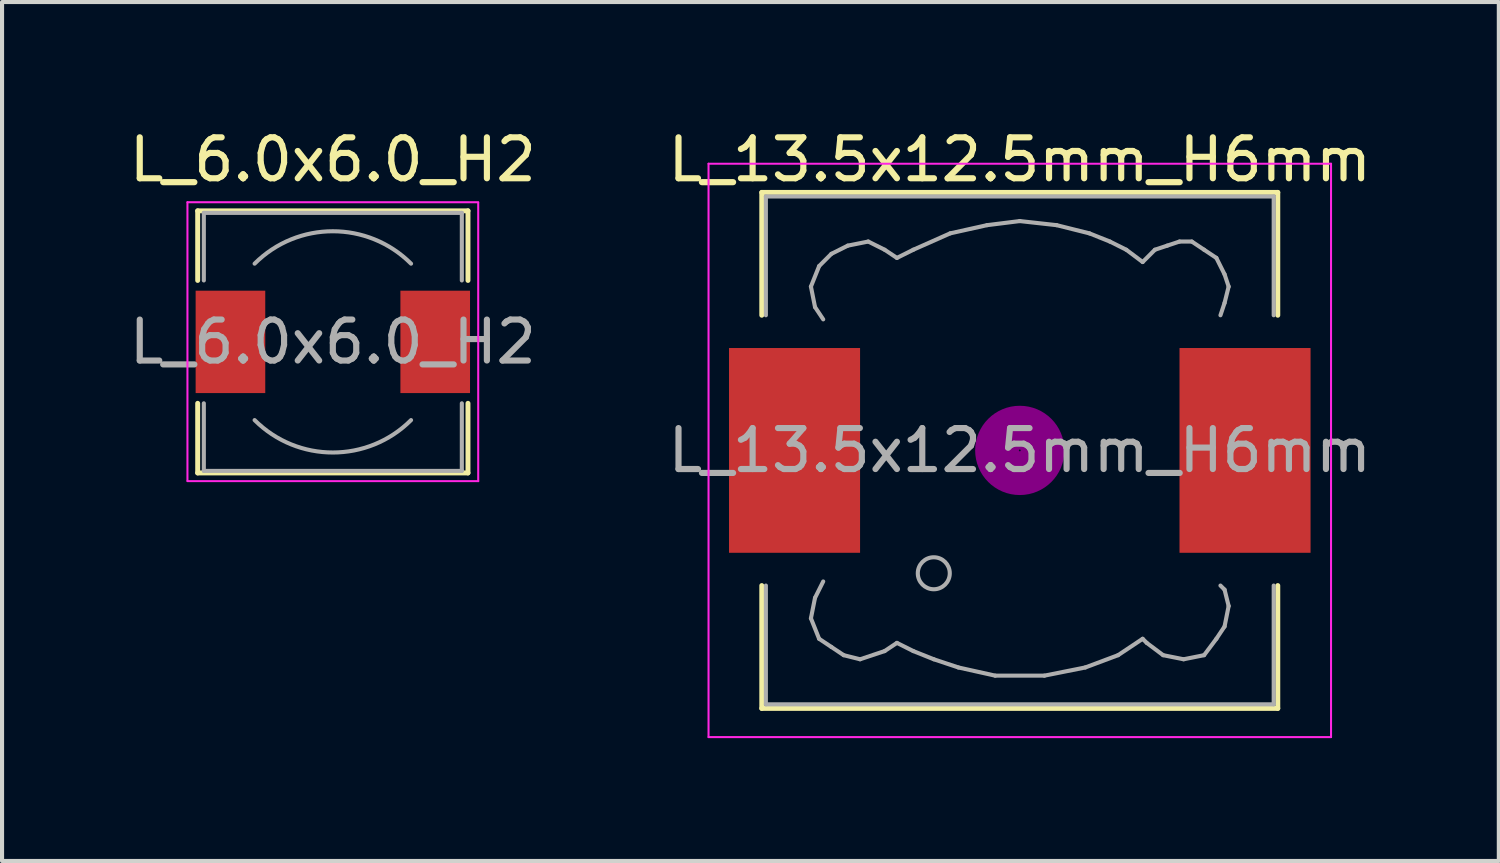
<source format=kicad_pcb>
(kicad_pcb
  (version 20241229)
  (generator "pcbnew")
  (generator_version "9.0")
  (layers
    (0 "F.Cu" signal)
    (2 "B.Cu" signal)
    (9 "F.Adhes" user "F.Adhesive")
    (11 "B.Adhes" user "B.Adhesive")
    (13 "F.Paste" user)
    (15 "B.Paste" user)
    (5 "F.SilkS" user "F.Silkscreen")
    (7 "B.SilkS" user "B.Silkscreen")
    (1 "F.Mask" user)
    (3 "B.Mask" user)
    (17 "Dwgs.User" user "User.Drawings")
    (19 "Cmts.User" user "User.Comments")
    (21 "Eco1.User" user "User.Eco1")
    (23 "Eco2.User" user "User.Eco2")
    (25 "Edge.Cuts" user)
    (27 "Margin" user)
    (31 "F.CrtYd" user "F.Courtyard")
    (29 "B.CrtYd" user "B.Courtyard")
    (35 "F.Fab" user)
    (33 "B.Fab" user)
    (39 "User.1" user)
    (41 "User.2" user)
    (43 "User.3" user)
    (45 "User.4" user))
  (footprint "L_6.0x6.0_H2"
    (layer "F.Cu")
    (at 5.077 5.298)
    (property "Reference" "L_6.0x6.0_H2" (at 0 -4.45 0) (layer "F.SilkS") (effects (font (size 1 1) (thickness 0.15))))
    (attr smd)
    (fp_line (start -3.3 -3.2) (end 3.3 -3.2) (stroke (width 0.12) (type solid)) (layer "F.SilkS"))
    (fp_line (start -3.3 -1.5) (end -3.3 -3.2) (stroke (width 0.12) (type solid)) (layer "F.SilkS"))
    (fp_line (start -3.3 3.2) (end -3.3 1.5) (stroke (width 0.12) (type solid)) (layer "F.SilkS"))
    (fp_line (start 3.3 -3.2) (end 3.3 -1.5) (stroke (width 0.12) (type solid)) (layer "F.SilkS"))
    (fp_line (start 3.3 1.5) (end 3.3 3.2) (stroke (width 0.12) (type solid)) (layer "F.SilkS"))
    (fp_line (start 3.3 3.2) (end -3.3 3.2) (stroke (width 0.12) (type solid)) (layer "F.SilkS"))
    (fp_line (start -3.55 -3.41) (end -3.55 3.39) (stroke (width 0.05) (type solid)) (layer "F.CrtYd"))
    (fp_line (start -3.55 3.4) (end 3.55 3.4) (stroke (width 0.05) (type solid)) (layer "F.CrtYd"))
    (fp_line (start 3.55 -3.41) (end -3.55 -3.41) (stroke (width 0.05) (type solid)) (layer "F.CrtYd"))
    (fp_line (start 3.55 3.4) (end 3.55 -3.4) (stroke (width 0.05) (type solid)) (layer "F.CrtYd"))
    (fp_line (start -3.15 -3.15) (end -3.15 -1.5) (stroke (width 0.1) (type solid)) (layer "F.Fab"))
    (fp_line (start -3.15 -3.15) (end 3.15 -3.15) (stroke (width 0.1) (type solid)) (layer "F.Fab"))
    (fp_line (start -3.15 3.15) (end -3.15 1.5) (stroke (width 0.1) (type solid)) (layer "F.Fab"))
    (fp_line (start -3.15 3.15) (end 3.15 3.15) (stroke (width 0.1) (type solid)) (layer "F.Fab"))
    (fp_line (start 3.15 -3.15) (end 3.15 -1.5) (stroke (width 0.1) (type solid)) (layer "F.Fab"))
    (fp_line (start 3.15 3.15) (end 3.15 1.5) (stroke (width 0.1) (type solid)) (layer "F.Fab"))
    (fp_arc (start -1.91 -1.91) (mid 0 -2.701148) (end 1.91 -1.91) (stroke (width 0.1) (type solid)) (layer "F.Fab"))
    (fp_arc (start 1.91 1.91) (mid 0 2.701148) (end -1.91 1.91) (stroke (width 0.1) (type solid)) (layer "F.Fab"))
    (fp_text user "${REFERENCE}" (at 0 0 0) (layer "F.Fab") (effects (font (size 1 1) (thickness 0.15))))
    (pad "1" smd rect (at -2.5 0) (size 1.7 2.5) (layers "F.Cu" "F.Mask" "F.Paste"))
    (pad "2" smd rect (at 2.5 0) (size 1.7 2.5) (layers "F.Cu" "F.Mask" "F.Paste")))
  (footprint "L_13.5x12.5mm_H6mm"
    (layer "F.Cu")
    (at 21.851 7.948)
    (property "Reference" "L_13.5x12.5mm_H6mm" (at 0 -7.1 0) (layer "F.SilkS") (effects (font (size 1 1) (thickness 0.15))))
    (attr smd)
    (fp_line (start -6.3 -6.3) (end 6.3 -6.3) (stroke (width 0.12) (type solid)) (layer "F.SilkS"))
    (fp_line (start -6.3 -3.3) (end -6.3 -6.3) (stroke (width 0.12) (type solid)) (layer "F.SilkS"))
    (fp_line (start -6.3 6.3) (end -6.3 3.3) (stroke (width 0.12) (type solid)) (layer "F.SilkS"))
    (fp_line (start 6.3 -6.3) (end 6.3 -3.3) (stroke (width 0.12) (type solid)) (layer "F.SilkS"))
    (fp_line (start 6.3 3.3) (end 6.3 6.3) (stroke (width 0.12) (type solid)) (layer "F.SilkS"))
    (fp_line (start 6.3 6.3) (end -6.3 6.3) (stroke (width 0.12) (type solid)) (layer "F.SilkS"))
    (fp_circle (center 0 0) (end 0.15 0.15) (stroke (width 0.38) (type solid)) (fill no) (layer "F.Adhes"))
    (fp_circle (center 0 0) (end 0.55 0) (stroke (width 0.38) (type solid)) (fill no) (layer "F.Adhes"))
    (fp_circle (center 0 0) (end 0.9 0) (stroke (width 0.38) (type solid)) (fill no) (layer "F.Adhes"))
    (fp_line (start -7.6 -7) (end 7.6 -7) (stroke (width 0.05) (type solid)) (layer "F.CrtYd"))
    (fp_line (start -7.6 7) (end -7.6 -7) (stroke (width 0.05) (type solid)) (layer "F.CrtYd"))
    (fp_line (start 7.6 -7) (end 7.6 7) (stroke (width 0.05) (type solid)) (layer "F.CrtYd"))
    (fp_line (start 7.6 7) (end -7.6 7) (stroke (width 0.05) (type solid)) (layer "F.CrtYd"))
    (fp_line (start -6.2 -6.2) (end -6.2 -3.3) (stroke (width 0.1) (type solid)) (layer "F.Fab"))
    (fp_line (start -6.2 3.3) (end -6.2 6.2) (stroke (width 0.1) (type solid)) (layer "F.Fab"))
    (fp_line (start -6.2 6.2) (end 6.2 6.2) (stroke (width 0.1) (type solid)) (layer "F.Fab"))
    (fp_line (start -5.1 -4) (end -5 -3.5) (stroke (width 0.1) (type solid)) (layer "F.Fab"))
    (fp_line (start -5.1 4.1) (end -5 3.6) (stroke (width 0.1) (type solid)) (layer "F.Fab"))
    (fp_line (start -5 -3.5) (end -4.8 -3.2) (stroke (width 0.1) (type solid)) (layer "F.Fab"))
    (fp_line (start -5 3.6) (end -4.8 3.2) (stroke (width 0.1) (type solid)) (layer "F.Fab"))
    (fp_line (start -4.9 -4.5) (end -5.1 -4) (stroke (width 0.1) (type solid)) (layer "F.Fab"))
    (fp_line (start -4.9 4.6) (end -5.1 4.1) (stroke (width 0.1) (type solid)) (layer "F.Fab"))
    (fp_line (start -4.6 -4.8) (end -4.9 -4.5) (stroke (width 0.1) (type solid)) (layer "F.Fab"))
    (fp_line (start -4.6 4.8) (end -4.9 4.6) (stroke (width 0.1) (type solid)) (layer "F.Fab"))
    (fp_line (start -4.3 5) (end -4.6 4.8) (stroke (width 0.1) (type solid)) (layer "F.Fab"))
    (fp_line (start -4.2 -5) (end -4.6 -4.8) (stroke (width 0.1) (type solid)) (layer "F.Fab"))
    (fp_line (start -3.9 5.1) (end -4.3 5) (stroke (width 0.1) (type solid)) (layer "F.Fab"))
    (fp_line (start -3.7 -5.1) (end -4.2 -5) (stroke (width 0.1) (type solid)) (layer "F.Fab"))
    (fp_line (start -3.3 -4.9) (end -3.7 -5.1) (stroke (width 0.1) (type solid)) (layer "F.Fab"))
    (fp_line (start -3.3 4.9) (end -3.9 5.1) (stroke (width 0.1) (type solid)) (layer "F.Fab"))
    (fp_line (start -3 -4.7) (end -3.3 -4.9) (stroke (width 0.1) (type solid)) (layer "F.Fab"))
    (fp_line (start -3 4.7) (end -3.3 4.9) (stroke (width 0.1) (type solid)) (layer "F.Fab"))
    (fp_line (start -2.6 -4.9) (end -3 -4.7) (stroke (width 0.1) (type solid)) (layer "F.Fab"))
    (fp_line (start -2.6 4.9) (end -3 4.7) (stroke (width 0.1) (type solid)) (layer "F.Fab"))
    (fp_line (start -2.1 5.1) (end -2.6 4.9) (stroke (width 0.1) (type solid)) (layer "F.Fab"))
    (fp_line (start -1.7 -5.3) (end -2.6 -4.9) (stroke (width 0.1) (type solid)) (layer "F.Fab"))
    (fp_line (start -1.5 5.3) (end -2.1 5.1) (stroke (width 0.1) (type solid)) (layer "F.Fab"))
    (fp_line (start -0.8 -5.5) (end -1.7 -5.3) (stroke (width 0.1) (type solid)) (layer "F.Fab"))
    (fp_line (start -0.6 5.5) (end -1.5 5.3) (stroke (width 0.1) (type solid)) (layer "F.Fab"))
    (fp_line (start 0 -5.6) (end -0.8 -5.5) (stroke (width 0.1) (type solid)) (layer "F.Fab"))
    (fp_line (start 0.6 5.5) (end -0.6 5.5) (stroke (width 0.1) (type solid)) (layer "F.Fab"))
    (fp_line (start 0.9 -5.5) (end 0 -5.6) (stroke (width 0.1) (type solid)) (layer "F.Fab"))
    (fp_line (start 1.6 5.3) (end 0.6 5.5) (stroke (width 0.1) (type solid)) (layer "F.Fab"))
    (fp_line (start 1.7 -5.3) (end 0.9 -5.5) (stroke (width 0.1) (type solid)) (layer "F.Fab"))
    (fp_line (start 2.2 -5.1) (end 1.7 -5.3) (stroke (width 0.1) (type solid)) (layer "F.Fab"))
    (fp_line (start 2.4 5) (end 1.6 5.3) (stroke (width 0.1) (type solid)) (layer "F.Fab"))
    (fp_line (start 2.6 -4.9) (end 2.2 -5.1) (stroke (width 0.1) (type solid)) (layer "F.Fab"))
    (fp_line (start 3 -4.6) (end 2.6 -4.9) (stroke (width 0.1) (type solid)) (layer "F.Fab"))
    (fp_line (start 3 4.6) (end 2.4 5) (stroke (width 0.1) (type solid)) (layer "F.Fab"))
    (fp_line (start 3.1 4.7) (end 3 4.6) (stroke (width 0.1) (type solid)) (layer "F.Fab"))
    (fp_line (start 3.3 -4.9) (end 3 -4.6) (stroke (width 0.1) (type solid)) (layer "F.Fab"))
    (fp_line (start 3.5 5) (end 3.1 4.7) (stroke (width 0.1) (type solid)) (layer "F.Fab"))
    (fp_line (start 3.6 -5) (end 3.3 -4.9) (stroke (width 0.1) (type solid)) (layer "F.Fab"))
    (fp_line (start 3.9 -5.1) (end 3.6 -5) (stroke (width 0.1) (type solid)) (layer "F.Fab"))
    (fp_line (start 4 5.1) (end 3.5 5) (stroke (width 0.1) (type solid)) (layer "F.Fab"))
    (fp_line (start 4.2 -5.1) (end 3.9 -5.1) (stroke (width 0.1) (type solid)) (layer "F.Fab"))
    (fp_line (start 4.5 -4.9) (end 4.2 -5.1) (stroke (width 0.1) (type solid)) (layer "F.Fab"))
    (fp_line (start 4.5 5) (end 4 5.1) (stroke (width 0.1) (type solid)) (layer "F.Fab"))
    (fp_line (start 4.8 -4.7) (end 4.5 -4.9) (stroke (width 0.1) (type solid)) (layer "F.Fab"))
    (fp_line (start 4.8 4.6) (end 4.5 5) (stroke (width 0.1) (type solid)) (layer "F.Fab"))
    (fp_line (start 4.9 -3.3) (end 5 -3.6) (stroke (width 0.1) (type solid)) (layer "F.Fab"))
    (fp_line (start 4.9 3.3) (end 5 3.4) (stroke (width 0.1) (type solid)) (layer "F.Fab"))
    (fp_line (start 5 -4.3) (end 4.8 -4.7) (stroke (width 0.1) (type solid)) (layer "F.Fab"))
    (fp_line (start 5 -3.6) (end 5.1 -4) (stroke (width 0.1) (type solid)) (layer "F.Fab"))
    (fp_line (start 5 3.4) (end 5.1 3.8) (stroke (width 0.1) (type solid)) (layer "F.Fab"))
    (fp_line (start 5 4.3) (end 4.8 4.6) (stroke (width 0.1) (type solid)) (layer "F.Fab"))
    (fp_line (start 5.1 -4) (end 5 -4.3) (stroke (width 0.1) (type solid)) (layer "F.Fab"))
    (fp_line (start 5.1 3.8) (end 5 4.3) (stroke (width 0.1) (type solid)) (layer "F.Fab"))
    (fp_line (start 6.2 -6.2) (end -6.2 -6.2) (stroke (width 0.1) (type solid)) (layer "F.Fab"))
    (fp_line (start 6.2 -6.2) (end 6.2 -3.3) (stroke (width 0.1) (type solid)) (layer "F.Fab"))
    (fp_line (start 6.2 6.2) (end 6.2 3.3) (stroke (width 0.1) (type solid)) (layer "F.Fab"))
    (fp_circle (center -2.1 3) (end -1.8 3.25) (stroke (width 0.1) (type solid)) (fill no) (layer "F.Fab"))
    (fp_text user "${REFERENCE}" (at 0 0 0) (layer "F.Fab") (effects (font (size 1 1) (thickness 0.15))))
    (pad "1" smd rect (at -5.5 0) (size 3.2 5) (layers "F.Cu" "F.Mask" "F.Paste"))
    (pad "2" smd rect (at 5.5 0) (size 3.2 5) (layers "F.Cu" "F.Mask" "F.Paste")))
  (gr_rect
    (start -3 -3)
    (end 33.548 17.973)
    (stroke (width 0.1) (type default))
    (fill no)
    (layer "Edge.Cuts")))
</source>
